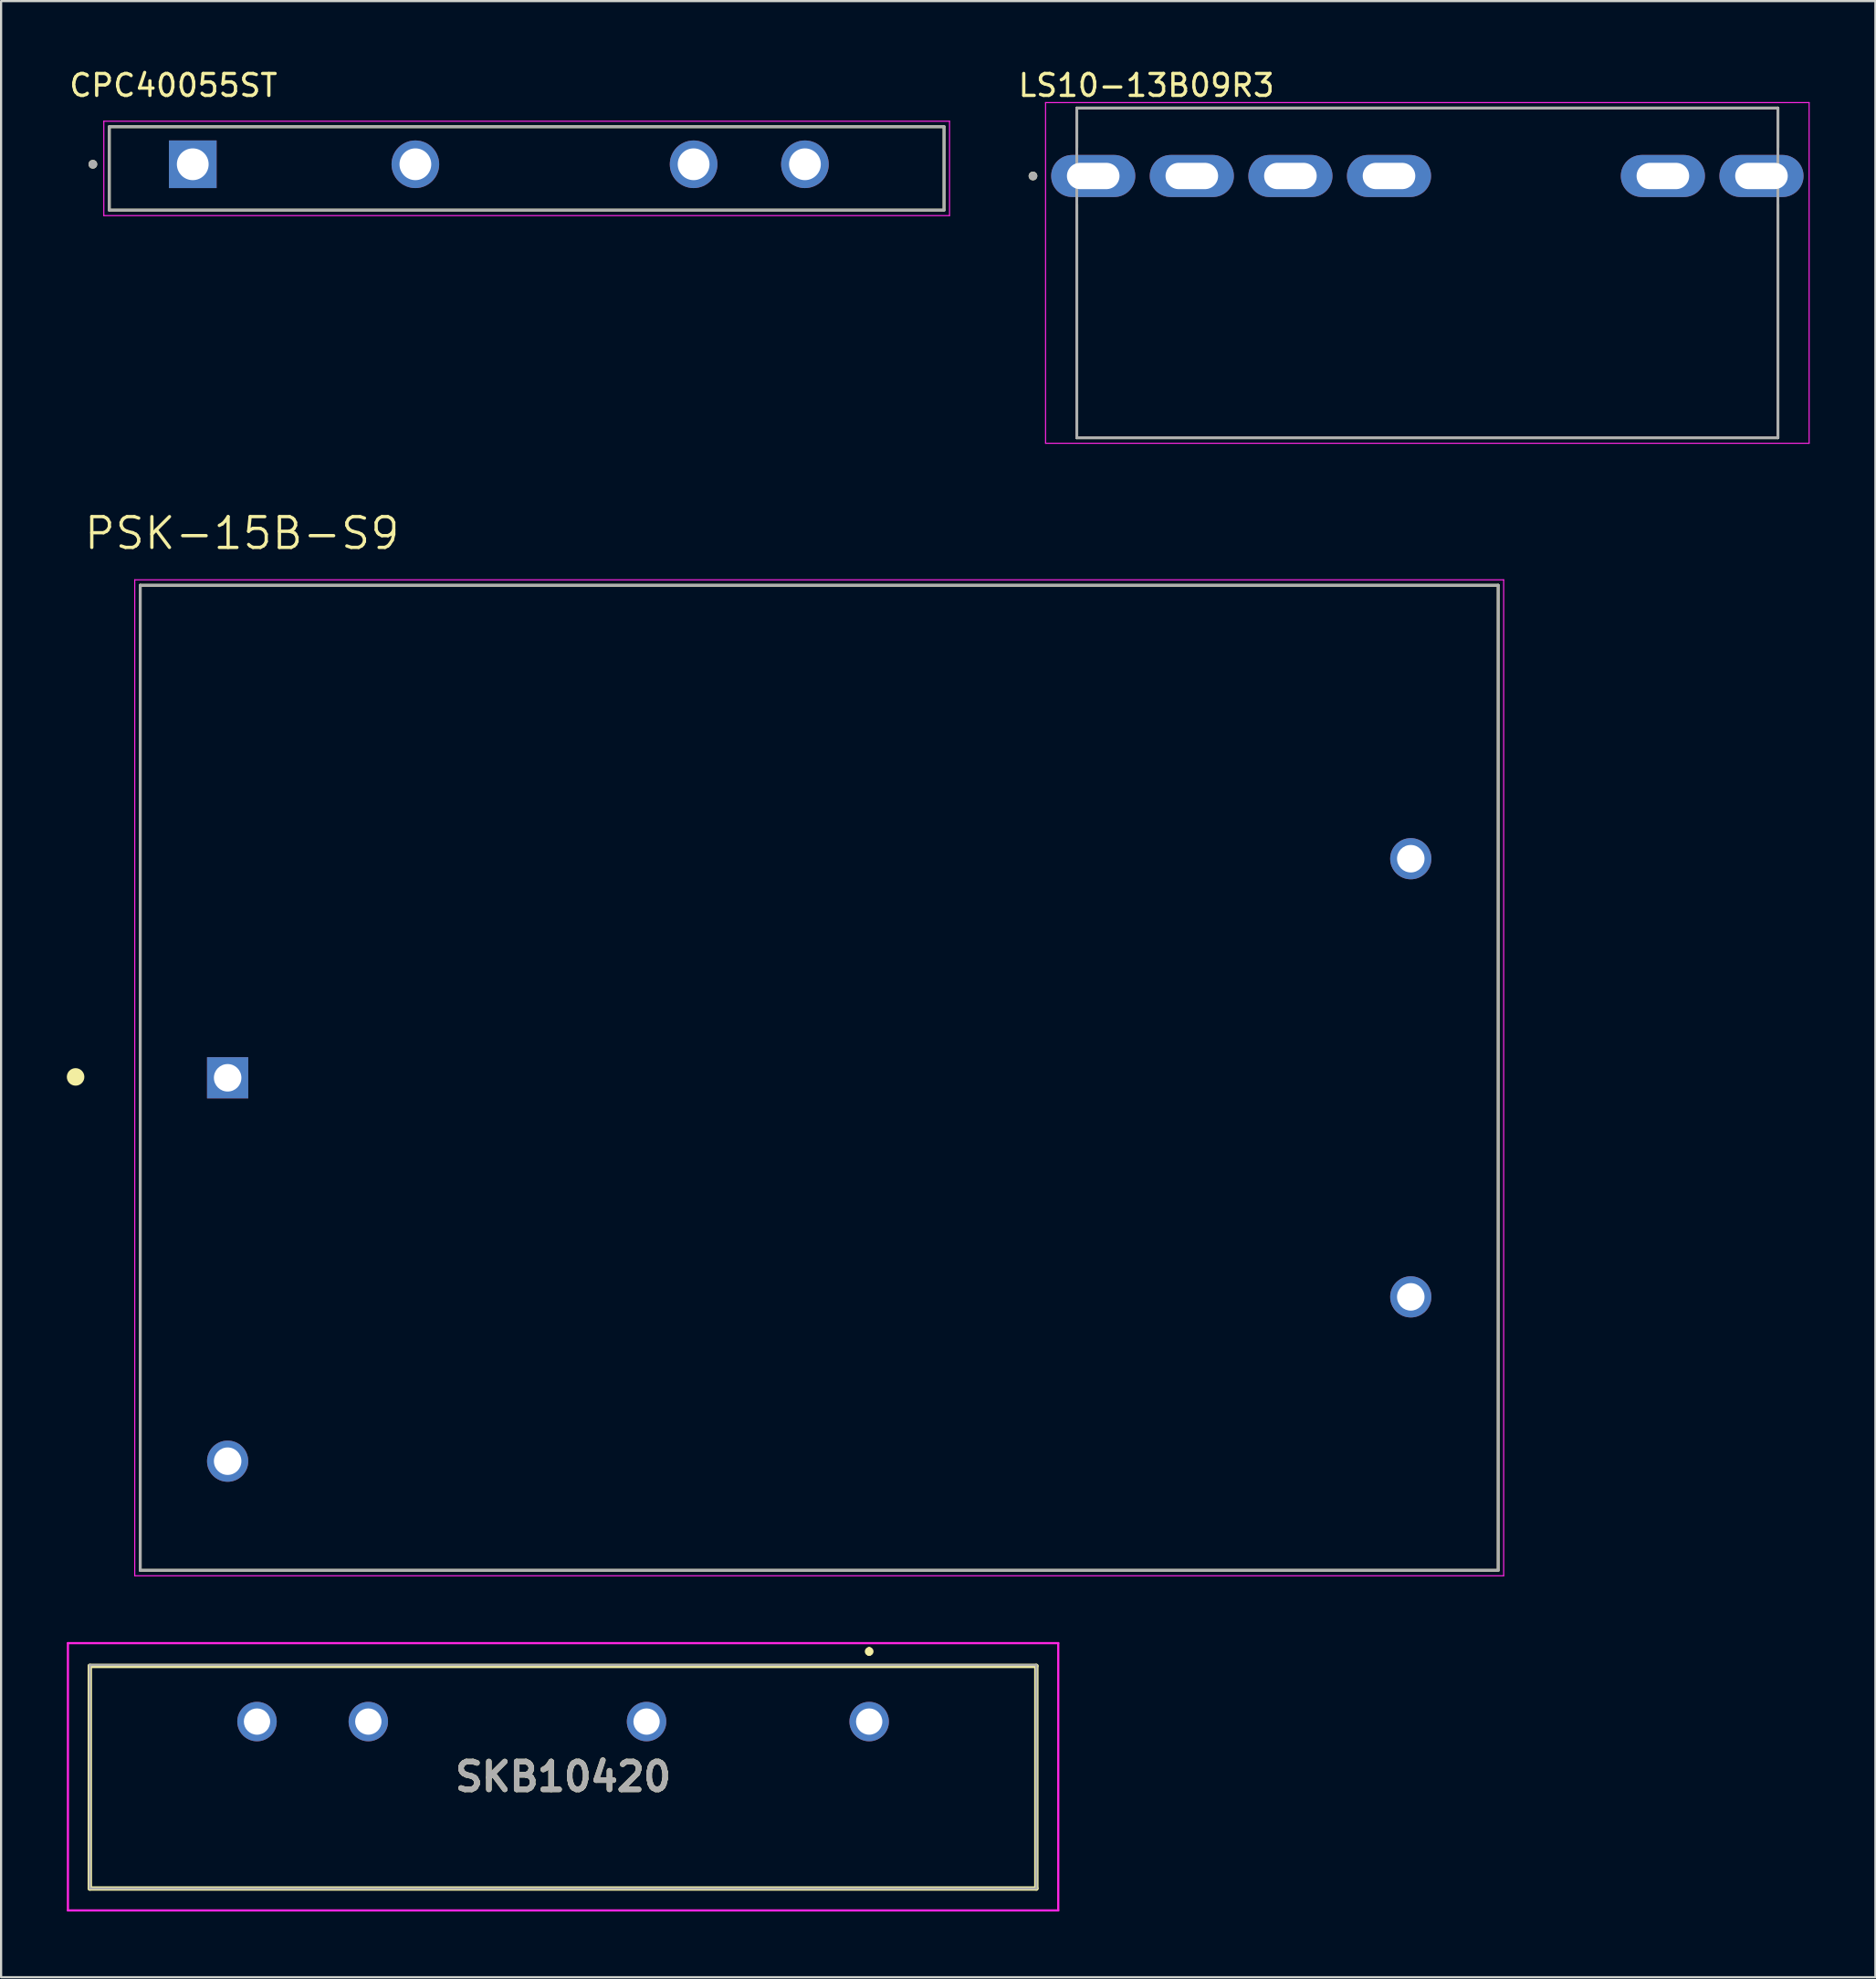
<source format=kicad_pcb>
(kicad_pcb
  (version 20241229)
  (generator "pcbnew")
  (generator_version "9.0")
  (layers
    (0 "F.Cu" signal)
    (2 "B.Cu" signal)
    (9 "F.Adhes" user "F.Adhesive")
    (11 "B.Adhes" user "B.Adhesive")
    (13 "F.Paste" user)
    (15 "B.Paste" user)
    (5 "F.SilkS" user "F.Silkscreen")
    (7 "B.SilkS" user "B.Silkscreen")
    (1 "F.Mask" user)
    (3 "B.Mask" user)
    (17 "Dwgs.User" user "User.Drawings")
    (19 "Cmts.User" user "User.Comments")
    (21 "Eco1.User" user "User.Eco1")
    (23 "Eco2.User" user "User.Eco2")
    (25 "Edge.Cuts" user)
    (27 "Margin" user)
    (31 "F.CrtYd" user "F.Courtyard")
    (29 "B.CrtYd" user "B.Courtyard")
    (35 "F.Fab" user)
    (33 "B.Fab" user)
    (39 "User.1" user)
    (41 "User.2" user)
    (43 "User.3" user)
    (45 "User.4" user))
  (footprint "SKB10420"
    (layer "F.Cu")
    (at 36.62 75.531)
    (property "Reference" "SKB10420" (at -13.97 2.52 0) (layer "F.SilkS") (effects (font (size 1.27 1.27) (thickness 0.254))))
    (attr through_hole)
    (fp_line (start -35.57 -2.54) (end 7.63 -2.54) (stroke (width 0.2) (type solid)) (layer "F.SilkS"))
    (fp_line (start -35.57 7.62) (end -35.57 -2.54) (stroke (width 0.2) (type solid)) (layer "F.SilkS"))
    (fp_line (start 0 -3.3) (end 0 -3.3) (stroke (width 0.2) (type solid)) (layer "F.SilkS"))
    (fp_line (start 0 -3.1) (end 0 -3.1) (stroke (width 0.2) (type solid)) (layer "F.SilkS"))
    (fp_line (start 7.63 -2.54) (end 7.63 7.62) (stroke (width 0.2) (type solid)) (layer "F.SilkS"))
    (fp_line (start 7.63 7.62) (end -35.57 7.62) (stroke (width 0.2) (type solid)) (layer "F.SilkS"))
    (fp_arc (start 0 -3.3) (mid 0.1 -3.2) (end 0 -3.1) (stroke (width 0.2) (type solid)) (layer "F.SilkS"))
    (fp_arc (start 0 -3.1) (mid -0.1 -3.2) (end 0 -3.3) (stroke (width 0.2) (type solid)) (layer "F.SilkS"))
    (fp_line (start -36.57 -3.58) (end 8.63 -3.58) (stroke (width 0.1) (type solid)) (layer "F.CrtYd"))
    (fp_line (start -36.57 8.62) (end -36.57 -3.58) (stroke (width 0.1) (type solid)) (layer "F.CrtYd"))
    (fp_line (start 8.63 -3.58) (end 8.63 8.62) (stroke (width 0.1) (type solid)) (layer "F.CrtYd"))
    (fp_line (start 8.63 8.62) (end -36.57 8.62) (stroke (width 0.1) (type solid)) (layer "F.CrtYd"))
    (fp_line (start -35.57 -2.58) (end 7.63 -2.58) (stroke (width 0.1) (type solid)) (layer "F.Fab"))
    (fp_line (start -35.57 7.62) (end -35.57 -2.58) (stroke (width 0.1) (type solid)) (layer "F.Fab"))
    (fp_line (start 7.63 -2.58) (end 7.63 7.62) (stroke (width 0.1) (type solid)) (layer "F.Fab"))
    (fp_line (start 7.63 7.62) (end -35.57 7.62) (stroke (width 0.1) (type solid)) (layer "F.Fab"))
    (fp_text user "${REFERENCE}" (at -13.97 2.52 0) (layer "F.Fab") (effects (font (size 1.27 1.27) (thickness 0.254))))
    (pad "1" thru_hole circle (at 0 0) (size 1.8 1.8) (drill 1.2) (layers "*.Cu" "*.Mask"))
    (pad "2" thru_hole circle (at -10.16 0) (size 1.8 1.8) (drill 1.2) (layers "*.Cu" "*.Mask"))
    (pad "3" thru_hole circle (at -22.86 0) (size 1.8 1.8) (drill 1.2) (layers "*.Cu" "*.Mask"))
    (pad "4" thru_hole circle (at -27.94 0) (size 1.8 1.8) (drill 1.2) (layers "*.Cu" "*.Mask")))
  (footprint "LS10-13B09R3"
    (layer "F.Cu")
    (at 62.096 4.983)
    (property "Reference" "LS10-13B09R3" (at -12.825 -4.135 0) (layer "F.SilkS") (effects (font (size 1 1) (thickness 0.15))))
    (attr through_hole)
    (fp_line (start -16 -3.1) (end -16 -1.3) (stroke (width 0.127) (type solid)) (layer "F.SilkS"))
    (fp_line (start -16 -3.1) (end 16 -3.1) (stroke (width 0.127) (type solid)) (layer "F.SilkS"))
    (fp_line (start -16 11.95) (end -16 1.3) (stroke (width 0.127) (type solid)) (layer "F.SilkS"))
    (fp_line (start 16 -3.1) (end 16 -1.3) (stroke (width 0.127) (type solid)) (layer "F.SilkS"))
    (fp_line (start 16 11.95) (end -16 11.95) (stroke (width 0.127) (type solid)) (layer "F.SilkS"))
    (fp_line (start 16 11.95) (end 16 1.3) (stroke (width 0.127) (type solid)) (layer "F.SilkS"))
    (fp_circle (center -18 0) (end -17.9 0) (stroke (width 0.2) (type solid)) (fill no) (layer "F.SilkS"))
    (fp_line (start -17.425 -3.35) (end -17.425 12.2) (stroke (width 0.05) (type solid)) (layer "F.CrtYd"))
    (fp_line (start -17.425 12.2) (end 17.425 12.2) (stroke (width 0.05) (type solid)) (layer "F.CrtYd"))
    (fp_line (start 17.425 -3.35) (end -17.425 -3.35) (stroke (width 0.05) (type solid)) (layer "F.CrtYd"))
    (fp_line (start 17.425 12.2) (end 17.425 -3.35) (stroke (width 0.05) (type solid)) (layer "F.CrtYd"))
    (fp_line (start -16 -3.1) (end 16 -3.1) (stroke (width 0.127) (type solid)) (layer "F.Fab"))
    (fp_line (start -16 11.95) (end -16 -3.1) (stroke (width 0.127) (type solid)) (layer "F.Fab"))
    (fp_line (start 16 -3.1) (end 16 11.95) (stroke (width 0.127) (type solid)) (layer "F.Fab"))
    (fp_line (start 16 11.95) (end -16 11.95) (stroke (width 0.127) (type solid)) (layer "F.Fab"))
    (fp_circle (center -18 0) (end -17.9 0) (stroke (width 0.2) (type solid)) (fill no) (layer "F.Fab"))
    (pad "1" thru_hole oval (at -15.25 0) (size 3.84 1.92) (drill oval 2.4 1.2) (layers "*.Cu" "*.Mask"))
    (pad "2" thru_hole oval (at -10.75 0) (size 3.84 1.92) (drill oval 2.4 1.2) (layers "*.Cu" "*.Mask"))
    (pad "3" thru_hole oval (at -6.25 0) (size 3.84 1.92) (drill oval 2.4 1.2) (layers "*.Cu" "*.Mask"))
    (pad "4" thru_hole oval (at -1.75 0) (size 3.84 1.92) (drill oval 2.4 1.2) (layers "*.Cu" "*.Mask"))
    (pad "5" thru_hole oval (at 10.75 0) (size 3.84 1.92) (drill oval 2.4 1.2) (layers "*.Cu" "*.Mask"))
    (pad "6" thru_hole oval (at 15.25 0) (size 3.84 1.92) (drill oval 2.4 1.2) (layers "*.Cu" "*.Mask")))
  (footprint "PSK-15B-S9"
    (layer "F.Cu")
    (at 34.34 46.146)
    (property "Reference" "PSK-15B-S9" (at -26.343 -24.852 0) (layer "F.SilkS") (effects (font (size 1.405 1.405) (thickness 0.15))))
    (attr through_hole)
    (fp_line (start -30.99 -22.48) (end 30.99 -22.48) (stroke (width 0.127) (type solid)) (layer "F.SilkS"))
    (fp_line (start -30.99 22.48) (end -30.99 -22.48) (stroke (width 0.127) (type solid)) (layer "F.SilkS"))
    (fp_line (start 30.99 -22.48) (end 30.99 22.48) (stroke (width 0.127) (type solid)) (layer "F.SilkS"))
    (fp_line (start 30.99 22.48) (end -30.99 22.48) (stroke (width 0.127) (type solid)) (layer "F.SilkS"))
    (fp_circle (center -33.94 -0.04) (end -33.74 -0.04) (stroke (width 0.4) (type solid)) (fill no) (layer "F.SilkS"))
    (fp_line (start -31.24 -22.73) (end 31.24 -22.73) (stroke (width 0.05) (type solid)) (layer "F.CrtYd"))
    (fp_line (start -31.24 22.73) (end -31.24 -22.73) (stroke (width 0.05) (type solid)) (layer "F.CrtYd"))
    (fp_line (start 31.24 -22.73) (end 31.24 22.73) (stroke (width 0.05) (type solid)) (layer "F.CrtYd"))
    (fp_line (start 31.24 22.73) (end -31.24 22.73) (stroke (width 0.05) (type solid)) (layer "F.CrtYd"))
    (fp_line (start -30.99 -22.48) (end 30.99 -22.48) (stroke (width 0.127) (type solid)) (layer "F.Fab"))
    (fp_line (start -30.99 22.48) (end -30.99 -22.48) (stroke (width 0.127) (type solid)) (layer "F.Fab"))
    (fp_line (start 30.99 -22.48) (end 30.99 22.48) (stroke (width 0.127) (type solid)) (layer "F.Fab"))
    (fp_line (start 30.99 22.48) (end -30.99 22.48) (stroke (width 0.127) (type solid)) (layer "F.Fab"))
    (pad "1" thru_hole rect (at -27 0) (size 1.881 1.881) (drill 1.254) (layers "*.Cu" "*.Mask"))
    (pad "2" thru_hole circle (at -27 17.5) (size 1.881 1.881) (drill 1.254) (layers "*.Cu" "*.Mask"))
    (pad "3" thru_hole circle (at 27 -10) (size 1.881 1.881) (drill 1.254) (layers "*.Cu" "*.Mask"))
    (pad "4" thru_hole circle (at 27 10) (size 1.881 1.881) (drill 1.254) (layers "*.Cu" "*.Mask")))
  (footprint "CPC40055ST"
    (layer "F.Cu")
    (at 20.988 4.637)
    (property "Reference" "CPC40055ST" (at -16.125 -3.788 0) (layer "F.SilkS") (effects (font (size 1 1) (thickness 0.15))))
    (attr through_hole)
    (fp_line (start -19.05 -1.903) (end 19.05 -1.903) (stroke (width 0.127) (type solid)) (layer "F.SilkS"))
    (fp_line (start -19.05 1.903) (end -19.05 -1.903) (stroke (width 0.127) (type solid)) (layer "F.SilkS"))
    (fp_line (start 19.05 -1.903) (end 19.05 1.903) (stroke (width 0.127) (type solid)) (layer "F.SilkS"))
    (fp_line (start 19.05 1.903) (end -19.05 1.903) (stroke (width 0.127) (type solid)) (layer "F.SilkS"))
    (fp_circle (center -19.8 -0.189) (end -19.7 -0.189) (stroke (width 0.2) (type solid)) (fill no) (layer "F.SilkS"))
    (fp_line (start -19.3 -2.154) (end -19.3 2.154) (stroke (width 0.05) (type solid)) (layer "F.CrtYd"))
    (fp_line (start -19.3 2.154) (end 19.3 2.154) (stroke (width 0.05) (type solid)) (layer "F.CrtYd"))
    (fp_line (start 19.3 -2.154) (end -19.3 -2.154) (stroke (width 0.05) (type solid)) (layer "F.CrtYd"))
    (fp_line (start 19.3 2.154) (end 19.3 -2.154) (stroke (width 0.05) (type solid)) (layer "F.CrtYd"))
    (fp_line (start -19.05 -1.903) (end 19.05 -1.903) (stroke (width 0.127) (type solid)) (layer "F.Fab"))
    (fp_line (start -19.05 1.903) (end -19.05 -1.903) (stroke (width 0.127) (type solid)) (layer "F.Fab"))
    (fp_line (start 19.05 -1.903) (end 19.05 1.903) (stroke (width 0.127) (type solid)) (layer "F.Fab"))
    (fp_line (start 19.05 1.903) (end -19.05 1.903) (stroke (width 0.127) (type solid)) (layer "F.Fab"))
    (fp_circle (center -19.8 -0.189) (end -19.7 -0.189) (stroke (width 0.2) (type solid)) (fill no) (layer "F.Fab"))
    (pad "1" thru_hole rect (at -15.24 -0.189) (size 2.175 2.175) (drill 1.45) (layers "*.Cu" "*.Mask"))
    (pad "2" thru_hole circle (at -5.08 -0.189) (size 2.175 2.175) (drill 1.45) (layers "*.Cu" "*.Mask"))
    (pad "3" thru_hole circle (at 7.62 -0.189) (size 2.175 2.175) (drill 1.45) (layers "*.Cu" "*.Mask"))
    (pad "4" thru_hole circle (at 12.7 -0.189) (size 2.175 2.175) (drill 1.45) (layers "*.Cu" "*.Mask")))
  (gr_rect
    (start -3 -3)
    (end 82.546 87.201)
    (stroke (width 0.1) (type default))
    (fill no)
    (layer "Edge.Cuts")))
</source>
